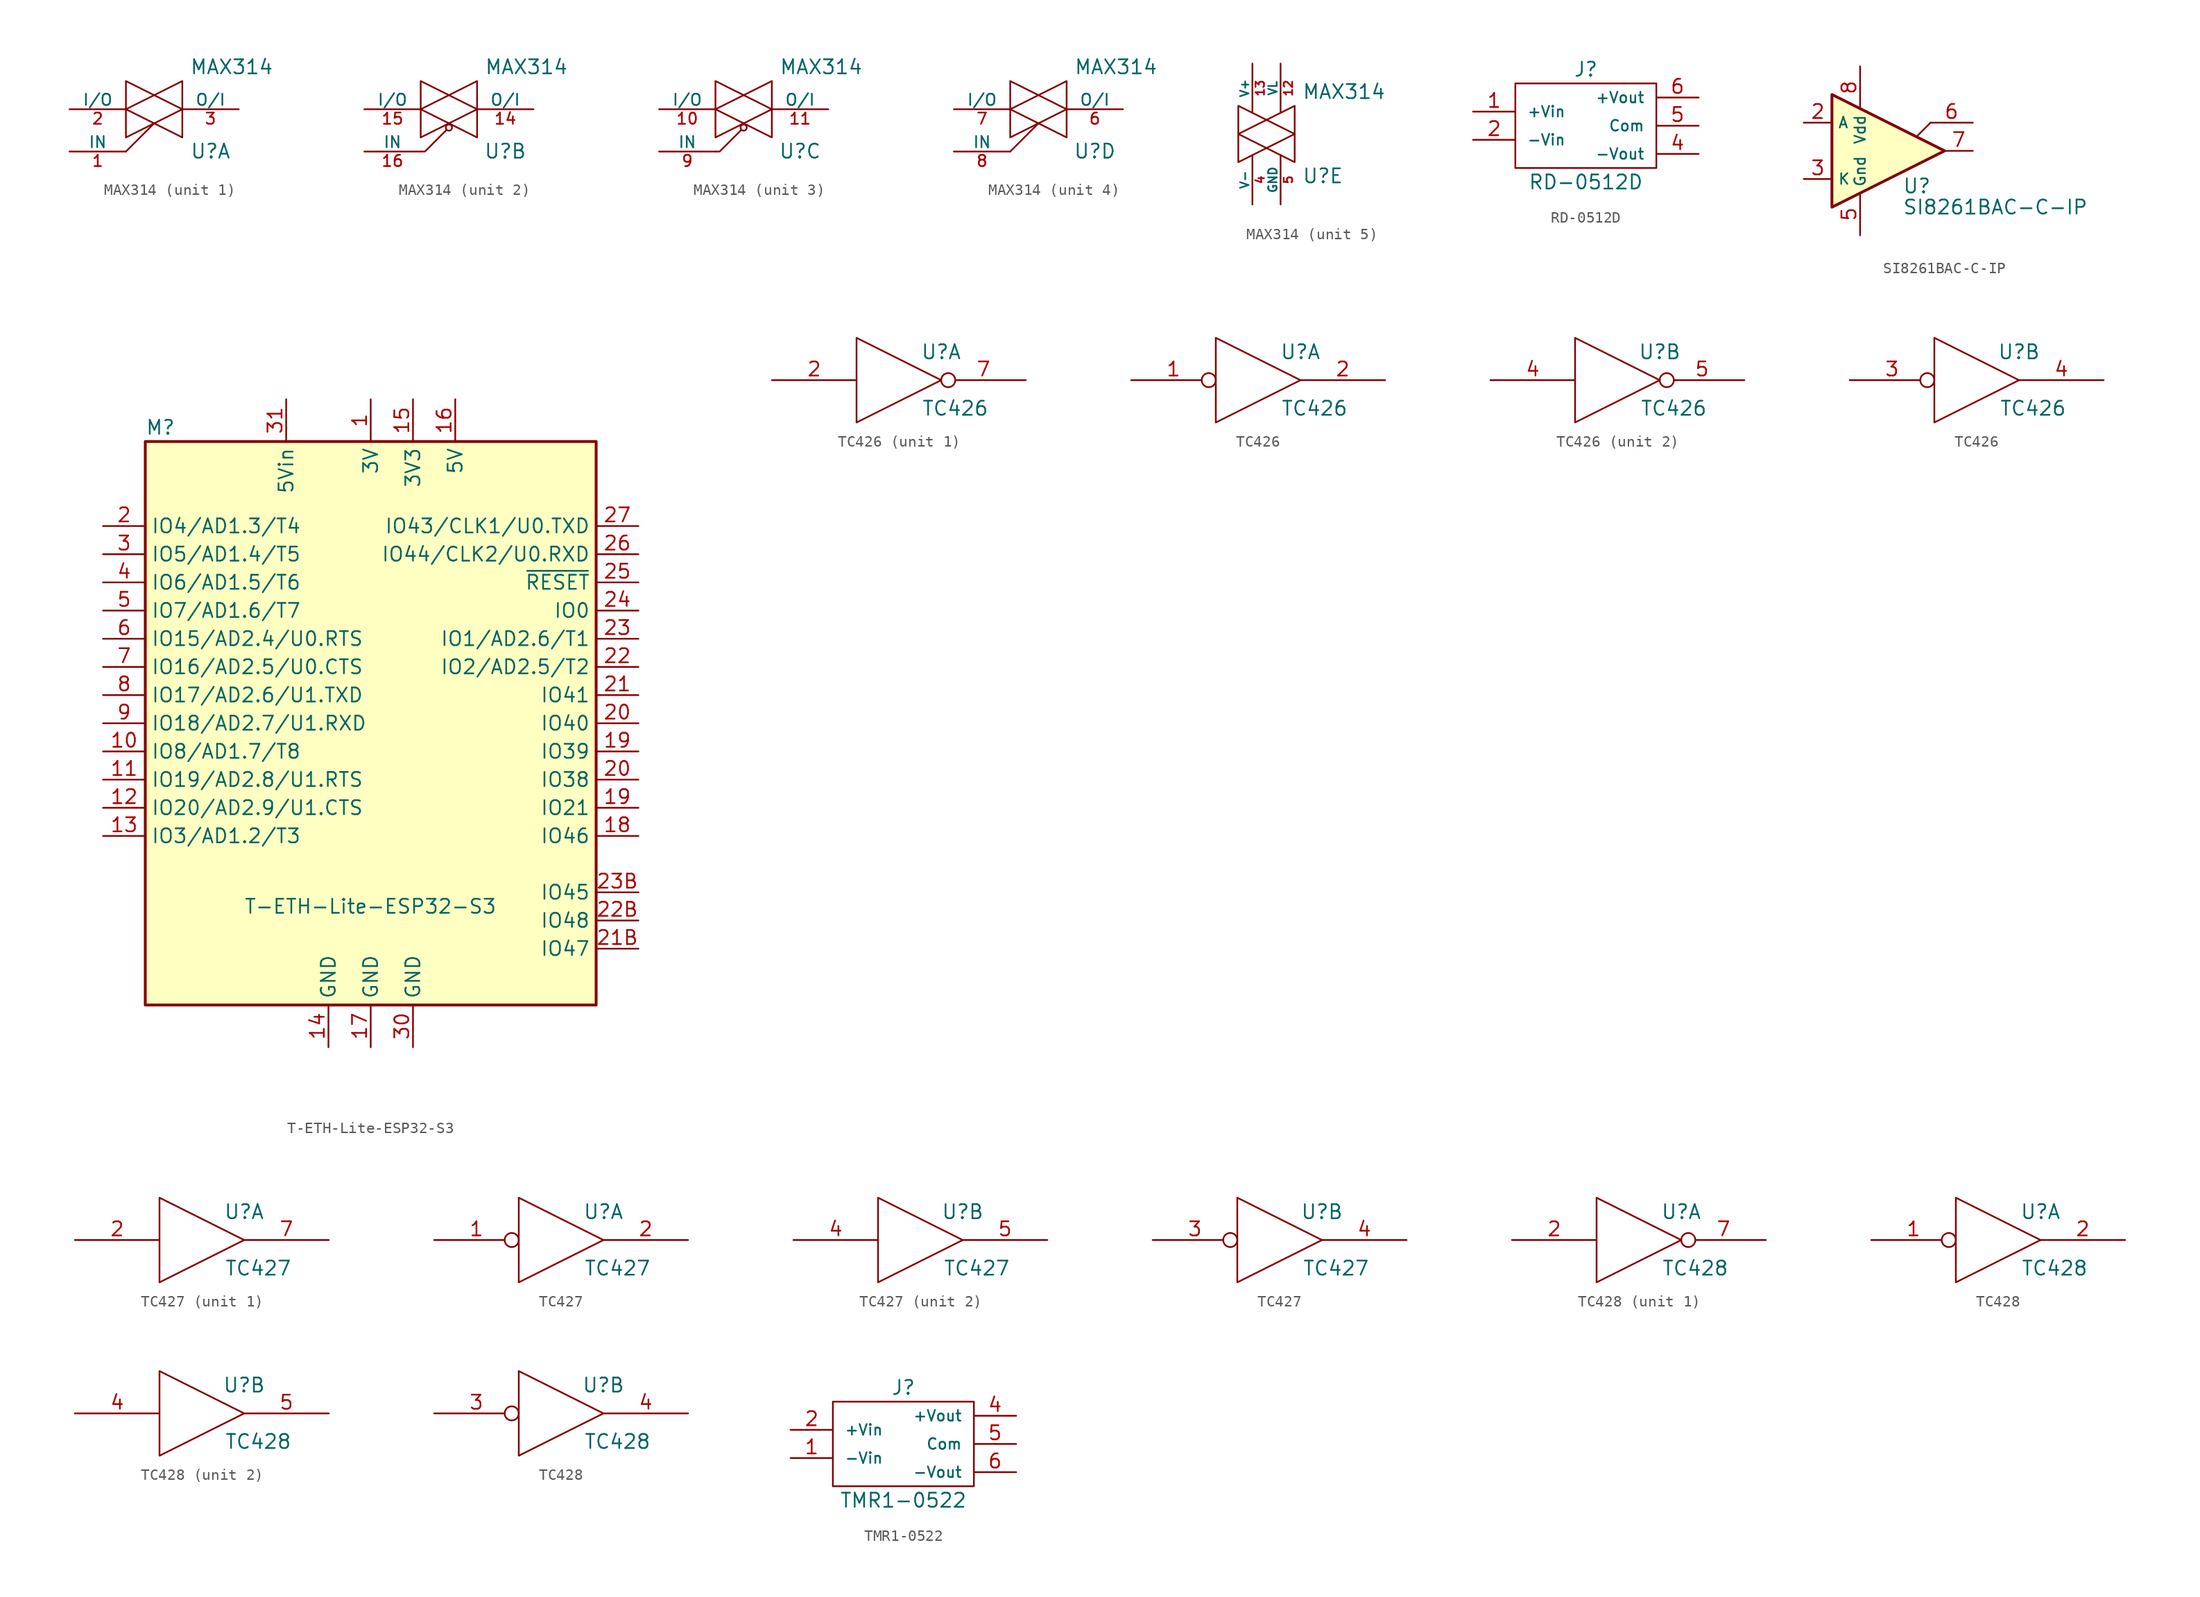
<source format=kicad_sym>
(kicad_symbol_lib
  (version 20211014)
  (generator kicad_symbol_editor)
  (symbol "MAX314"
    (pin_names
      (offset 0))
    (property "Reference" "U"
      (at 5.08 -3.785 0)
      (effects (font (size 1.27 1.27))))
    (property "Value" "MAX314"
      (at 6.985 3.81 0)
      (effects (font (size 1.27 1.27))))
    (property "ki_locked" ""
      (at 0 0 0)
      (effects (font (size 1.27 1.27))))
    (symbol "MAX314_0_1"
      (polyline (pts (xy -2.54 0) (xy 2.54 2.54) (xy 2.54 -2.54) (xy -2.54 0)) (stroke (width 0) (type default) (color 0 0 0 0)) (fill (type none)))
      (polyline (pts (xy -2.54 2.54) (xy 2.54 0) (xy -2.54 -2.54) (xy -2.54 2.54)) (stroke (width 0) (type default) (color 0 0 0 0)) (fill (type none))))
    (symbol "MAX314_1_1"
      (polyline (pts (xy -2.54 -3.81) (xy 0 -1.27)) (stroke (width 0) (type default) (color 0 0 0 0)) (fill (type none)))
      (pin input line (at -7.62 -3.81 0) (length 5.08) (name "IN" (effects (font (size 1.016 1.016)))) (number "1" (effects (font (size 1.016 1.016)))))
      (pin passive line (at -7.62 0 0) (length 5.08) (name "I/O" (effects (font (size 1.016 1.016)))) (number "2" (effects (font (size 1.016 1.016)))))
      (pin passive line (at 7.62 0 180) (length 5.08) (name "O/I" (effects (font (size 1.016 1.016)))) (number "3" (effects (font (size 1.016 1.016))))))
    (symbol "MAX314_2_1"
      (circle (center 0 -1.651) (radius 0.279) (stroke (width 0) (type default) (color 0 0 0 0)) (fill (type none)))
      (polyline (pts (xy -0.254 -1.905) (xy -2.159 -3.81) (xy -2.54 -3.81)) (stroke (width 0) (type default) (color 0 0 0 0)) (fill (type none)))
      (pin passive line (at 7.62 0 180) (length 5.08) (name "O/I" (effects (font (size 1.016 1.016)))) (number "14" (effects (font (size 1.016 1.016)))))
      (pin passive line (at -7.62 0 0) (length 5.08) (name "I/O" (effects (font (size 1.016 1.016)))) (number "15" (effects (font (size 1.016 1.016)))))
      (pin input line (at -7.62 -3.81 0) (length 5.08) (name "IN" (effects (font (size 1.016 1.016)))) (number "16" (effects (font (size 1.016 1.016))))))
    (symbol "MAX314_3_1"
      (circle (center 0 -1.651) (radius 0.279) (stroke (width 0) (type default) (color 0 0 0 0)) (fill (type none)))
      (polyline (pts (xy -0.254 -1.905) (xy -2.159 -3.81) (xy -2.54 -3.81)) (stroke (width 0) (type default) (color 0 0 0 0)) (fill (type none)))
      (pin passive line (at -7.62 0 0) (length 5.08) (name "I/O" (effects (font (size 1.016 1.016)))) (number "10" (effects (font (size 1.016 1.016)))))
      (pin passive line (at 7.62 0 180) (length 5.08) (name "O/I" (effects (font (size 1.016 1.016)))) (number "11" (effects (font (size 1.016 1.016)))))
      (pin input line (at -7.62 -3.81 0) (length 5.08) (name "IN" (effects (font (size 1.016 1.016)))) (number "9" (effects (font (size 1.016 1.016))))))
    (symbol "MAX314_4_1"
      (polyline (pts (xy -2.54 -3.81) (xy 0 -1.27)) (stroke (width 0) (type default) (color 0 0 0 0)) (fill (type none)))
      (pin passive line (at 7.62 0 180) (length 5.08) (name "O/I" (effects (font (size 1.016 1.016)))) (number "6" (effects (font (size 1.016 1.016)))))
      (pin passive line (at -7.62 0 0) (length 5.08) (name "I/O" (effects (font (size 1.016 1.016)))) (number "7" (effects (font (size 1.016 1.016)))))
      (pin input line (at -7.62 -3.81 0) (length 5.08) (name "IN" (effects (font (size 1.016 1.016)))) (number "8" (effects (font (size 1.016 1.016))))))
    (symbol "MAX314_5_1"
      (pin power_in line (at 1.27 6.35 270) (length 4.445) (name "VL" (effects (font (size 0.762 0.762)))) (number "12" (effects (font (size 0.762 0.762)))))
      (pin power_in line (at -1.27 6.35 270) (length 4.445) (name "V+" (effects (font (size 0.762 0.762)))) (number "13" (effects (font (size 0.762 0.762)))))
      (pin power_in line (at -1.27 -6.35 90) (length 4.445) (name "V-" (effects (font (size 0.762 0.762)))) (number "4" (effects (font (size 0.762 0.762)))))
      (pin power_in line (at 1.27 -6.35 90) (length 4.445) (name "GND" (effects (font (size 0.762 0.762)))) (number "5" (effects (font (size 0.762 0.762)))))))
  (symbol "RD-0512D"
    (pin_names
      (offset 1.016))
    (property "Reference" "J"
      (at 0 5.08 0)
      (effects (font (size 1.27 1.27))))
    (property "Value" "RD-0512D"
      (at 0 -5.08 0)
      (effects (font (size 1.27 1.27))))
    (symbol "RD-0512D_0_1"
      (rectangle (start 6.35 3.81) (end -6.35 -3.81) (stroke (width 0) (type default) (color 0 0 0 0)) (fill (type none))))
    (symbol "RD-0512D_1_1"
      (pin passive line (at -10.16 1.27 0) (length 3.81) (name "+Vin" (effects (font (size 0.965 0.965)))) (number "1" (effects (font (size 1.27 1.27)))))
      (pin passive line (at -10.16 -1.27 0) (length 3.81) (name "-Vin" (effects (font (size 0.965 0.965)))) (number "2" (effects (font (size 1.27 1.27)))))
      (pin power_out line (at 10.16 -2.54 180) (length 3.81) (name "-Vout" (effects (font (size 0.965 0.965)))) (number "4" (effects (font (size 1.27 1.27)))))
      (pin power_out line (at 10.16 0 180) (length 3.81) (name "Com" (effects (font (size 0.965 0.965)))) (number "5" (effects (font (size 1.27 1.27)))))
      (pin power_out line (at 10.16 2.54 180) (length 3.81) (name "+Vout" (effects (font (size 0.965 0.965)))) (number "6" (effects (font (size 1.27 1.27)))))))
  (symbol "SI8261BAC-C-IP"
    (property "Reference" "U"
      (at 1.27 -3.175 0)
      (effects (font (size 1.27 1.27)) (justify left)))
    (property "Value" "SI8261BAC-C-IP"
      (at 1.27 -5.08 0)
      (effects (font (size 1.27 1.27)) (justify left)))
    (symbol "SI8261BAC-C-IP_0_1"
      (polyline (pts (xy 2.54 1.27) (xy 3.81 2.54)) (stroke (width 0) (type default) (color 0 0 0 0)) (fill (type none)))
      (polyline (pts (xy 5.08 0) (xy -5.08 5.08) (xy -5.08 -5.08) (xy 5.08 0)) (stroke (width 0.254) (type default) (color 0 0 0 0)) (fill (type background)))
      (pin passive line (at -2.54 -7.62 90) (length 3.81) (name "Gnd" (effects (font (size 0.965 0.965)))) (number "5" (effects (font (size 1.27 1.27)))))
      (pin passive line (at -2.54 7.62 270) (length 3.81) (name "Vdd" (effects (font (size 0.965 0.965)))) (number "8" (effects (font (size 1.27 1.27))))))
    (symbol "SI8261BAC-C-IP_1_1"
      (pin input line (at -7.62 2.54 0) (length 2.54) (name "A" (effects (font (size 0.965 0.965)))) (number "2" (effects (font (size 1.27 1.27)))))
      (pin input line (at -7.62 -2.54 0) (length 2.54) (name "K" (effects (font (size 0.965 0.965)))) (number "3" (effects (font (size 1.27 1.27)))))
      (pin output line (at 7.62 2.54 180) (length 3.835) (name "~" (effects (font (size 1.27 1.27)))) (number "6" (effects (font (size 1.27 1.27)))))
      (pin output line (at 7.62 0 180) (length 2.54) (name "~" (effects (font (size 1.27 1.27)))) (number "7" (effects (font (size 1.27 1.27)))))))
  (symbol "T-ETH-Lite-ESP32-S3"
    (property "Reference" "M"
      (at -20.32 26.67 0)
      (effects (font (size 1.27 1.27)) (justify left)))
    (property "Value" "T-ETH-Lite-ESP32-S3"
      (at -11.43 -16.51 0)
      (effects (font (size 1.27 1.27)) (justify left)))
    (symbol "T-ETH-Lite-ESP32-S3_0_1"
      (rectangle (start -20.32 25.4) (end 20.32 -25.4) (stroke (width 0.254) (type default) (color 0 0 0 0)) (fill (type background))))
    (symbol "T-ETH-Lite-ESP32-S3_1_1"
      (pin power_out line (at 0 29.21 270) (length 3.81) (name "3V" (effects (font (size 1.27 1.27)))) (number "1" (effects (font (size 1.27 1.27)))))
      (pin bidirectional line (at -24.13 -2.54 0) (length 3.81) (name "IO8/AD1.7/T8" (effects (font (size 1.27 1.27)))) (number "10" (effects (font (size 1.27 1.27)))))
      (pin bidirectional line (at -24.13 -5.08 0) (length 3.81) (name "IO19/AD2.8/U1.RTS" (effects (font (size 1.27 1.27)))) (number "11" (effects (font (size 1.27 1.27)))))
      (pin bidirectional line (at -24.13 -7.62 0) (length 3.81) (name "IO20/AD2.9/U1.CTS" (effects (font (size 1.27 1.27)))) (number "12" (effects (font (size 1.27 1.27)))))
      (pin bidirectional line (at -24.13 -10.16 0) (length 3.81) (name "IO3/AD1.2/T3" (effects (font (size 1.27 1.27)))) (number "13" (effects (font (size 1.27 1.27)))))
      (pin power_in line (at -3.81 -29.21 90) (length 3.81) (name "GND" (effects (font (size 1.27 1.27)))) (number "14" (effects (font (size 1.27 1.27)))))
      (pin power_out line (at 3.81 29.21 270) (length 3.81) (name "3V3" (effects (font (size 1.27 1.27)))) (number "15" (effects (font (size 1.27 1.27)))))
      (pin power_out line (at 7.62 29.21 270) (length 3.81) (name "5V" (effects (font (size 1.27 1.27)))) (number "16" (effects (font (size 1.27 1.27)))))
      (pin power_in line (at 0 -29.21 90) (length 3.81) (name "GND" (effects (font (size 1.27 1.27)))) (number "17" (effects (font (size 1.27 1.27)))))
      (pin bidirectional line (at 24.13 -10.16 180) (length 3.81) (name "IO46" (effects (font (size 1.27 1.27)))) (number "18" (effects (font (size 1.27 1.27)))))
      (pin bidirectional line (at 24.13 -7.62 180) (length 3.81) (name "IO21" (effects (font (size 1.27 1.27)))) (number "19" (effects (font (size 1.27 1.27)))))
      (pin bidirectional line (at 24.13 -2.54 180) (length 3.81) (name "IO39" (effects (font (size 1.27 1.27)))) (number "19" (effects (font (size 1.27 1.27)))))
      (pin bidirectional line (at -24.13 17.78 0) (length 3.81) (name "IO4/AD1.3/T4" (effects (font (size 1.27 1.27)))) (number "2" (effects (font (size 1.27 1.27)))))
      (pin bidirectional line (at 24.13 -5.08 180) (length 3.81) (name "IO38" (effects (font (size 1.27 1.27)))) (number "20" (effects (font (size 1.27 1.27)))))
      (pin bidirectional line (at 24.13 0 180) (length 3.81) (name "IO40" (effects (font (size 1.27 1.27)))) (number "20" (effects (font (size 1.27 1.27)))))
      (pin bidirectional line (at 24.13 2.54 180) (length 3.81) (name "IO41" (effects (font (size 1.27 1.27)))) (number "21" (effects (font (size 1.27 1.27)))))
      (pin bidirectional line (at 24.13 -20.32 180) (length 3.81) (name "IO47" (effects (font (size 1.27 1.27)))) (number "21B" (effects (font (size 1.27 1.27)))))
      (pin input line (at 24.13 5.08 180) (length 3.81) (name "IO2/AD2.5/T2" (effects (font (size 1.27 1.27)))) (number "22" (effects (font (size 1.27 1.27)))))
      (pin bidirectional line (at 24.13 -17.78 180) (length 3.81) (name "IO48" (effects (font (size 1.27 1.27)))) (number "22B" (effects (font (size 1.27 1.27)))))
      (pin input line (at 24.13 7.62 180) (length 3.81) (name "IO1/AD2.6/T1" (effects (font (size 1.27 1.27)))) (number "23" (effects (font (size 1.27 1.27)))))
      (pin bidirectional line (at 24.13 -15.24 180) (length 3.81) (name "IO45" (effects (font (size 1.27 1.27)))) (number "23B" (effects (font (size 1.27 1.27)))))
      (pin bidirectional line (at 24.13 10.16 180) (length 3.81) (name "IO0" (effects (font (size 1.27 1.27)))) (number "24" (effects (font (size 1.27 1.27)))))
      (pin input line (at 24.13 12.7 180) (length 3.81) (name "~{RESET}" (effects (font (size 1.27 1.27)))) (number "25" (effects (font (size 1.27 1.27)))))
      (pin bidirectional line (at 24.13 15.24 180) (length 3.81) (name "IO44/CLK2/U0.RXD" (effects (font (size 1.27 1.27)))) (number "26" (effects (font (size 1.27 1.27)))))
      (pin bidirectional line (at 24.13 17.78 180) (length 3.81) (name "IO43/CLK1/U0.TXD" (effects (font (size 1.27 1.27)))) (number "27" (effects (font (size 1.27 1.27)))))
      (pin bidirectional line (at -24.13 15.24 0) (length 3.81) (name "IO5/AD1.4/T5" (effects (font (size 1.27 1.27)))) (number "3" (effects (font (size 1.27 1.27)))))
      (pin power_in line (at 3.81 -29.21 90) (length 3.81) (name "GND" (effects (font (size 1.27 1.27)))) (number "30" (effects (font (size 1.27 1.27)))))
      (pin power_in line (at -7.62 29.21 270) (length 3.81) (name "5Vin" (effects (font (size 1.27 1.27)))) (number "31" (effects (font (size 1.27 1.27)))))
      (pin bidirectional line (at -24.13 12.7 0) (length 3.81) (name "IO6/AD1.5/T6" (effects (font (size 1.27 1.27)))) (number "4" (effects (font (size 1.27 1.27)))))
      (pin bidirectional line (at -24.13 10.16 0) (length 3.81) (name "IO7/AD1.6/T7" (effects (font (size 1.27 1.27)))) (number "5" (effects (font (size 1.27 1.27)))))
      (pin bidirectional line (at -24.13 7.62 0) (length 3.81) (name "IO15/AD2.4/U0.RTS" (effects (font (size 1.27 1.27)))) (number "6" (effects (font (size 1.27 1.27)))))
      (pin bidirectional line (at -24.13 5.08 0) (length 3.81) (name "IO16/AD2.5/U0.CTS" (effects (font (size 1.27 1.27)))) (number "7" (effects (font (size 1.27 1.27)))))
      (pin bidirectional line (at -24.13 2.54 0) (length 3.81) (name "IO17/AD2.6/U1.TXD" (effects (font (size 1.27 1.27)))) (number "8" (effects (font (size 1.27 1.27)))))
      (pin bidirectional line (at -24.13 0 0) (length 3.81) (name "IO18/AD2.7/U1.RXD" (effects (font (size 1.27 1.27)))) (number "9" (effects (font (size 1.27 1.27)))))))
  (symbol "TC426"
    (pin_names
      (offset 0.762))
    (property "Reference" "U"
      (at 3.81 2.54 0)
      (effects (font (size 1.27 1.27))))
    (property "Value" "TC426"
      (at 5.08 -2.54 0)
      (effects (font (size 1.27 1.27))))
    (symbol "TC426_0_0"
      (polyline (pts (xy -3.81 3.81) (xy -3.81 -3.81) (xy 3.81 0) (xy -3.81 3.81)) (stroke (width 0) (type default) (color 0 0 0 0)) (fill (type none)))
      (pin power_in line (at -1.27 -2.54 90) (length 0) hide (name "GND" (effects (font (size 0.508 0.508)))) (number "3" (effects (font (size 0.762 0.762)))))
      (pin power_in line (at -1.27 2.54 270) (length 0) hide (name "VDD" (effects (font (size 0.508 0.508)))) (number "6" (effects (font (size 0.762 0.762))))))
    (symbol "TC426_1_1"
      (pin input line (at -11.43 0 0) (length 7.62) (name "~" (effects (font (size 1.27 1.27)))) (number "2" (effects (font (size 1.27 1.27)))))
      (pin output inverted (at 11.43 0 180) (length 7.62) (name "~" (effects (font (size 1.27 1.27)))) (number "7" (effects (font (size 1.27 1.27))))))
    (symbol "TC426_1_2"
      (pin input inverted (at -11.43 0 0) (length 7.62) (name "~" (effects (font (size 1.27 1.27)))) (number "1" (effects (font (size 1.27 1.27)))))
      (pin output line (at 11.43 0 180) (length 7.62) (name "~" (effects (font (size 1.27 1.27)))) (number "2" (effects (font (size 1.27 1.27))))))
    (symbol "TC426_2_1"
      (pin input line (at -11.43 0 0) (length 7.62) (name "~" (effects (font (size 1.27 1.27)))) (number "4" (effects (font (size 1.27 1.27)))))
      (pin output inverted (at 11.43 0 180) (length 7.62) (name "~" (effects (font (size 1.27 1.27)))) (number "5" (effects (font (size 1.27 1.27))))))
    (symbol "TC426_2_2"
      (pin input inverted (at -11.43 0 0) (length 7.62) (name "~" (effects (font (size 1.27 1.27)))) (number "3" (effects (font (size 1.27 1.27)))))
      (pin output line (at 11.43 0 180) (length 7.62) (name "~" (effects (font (size 1.27 1.27)))) (number "4" (effects (font (size 1.27 1.27)))))))
  (symbol "TC427"
    (pin_names
      (offset 0.762))
    (property "Reference" "U"
      (at 3.81 2.54 0)
      (effects (font (size 1.27 1.27))))
    (property "Value" "TC427"
      (at 5.08 -2.54 0)
      (effects (font (size 1.27 1.27))))
    (symbol "TC427_0_0"
      (polyline (pts (xy -3.81 3.81) (xy -3.81 -3.81) (xy 3.81 0) (xy -3.81 3.81)) (stroke (width 0) (type default) (color 0 0 0 0)) (fill (type none)))
      (pin power_in line (at -1.27 -2.54 90) (length 0) hide (name "GND" (effects (font (size 0.508 0.508)))) (number "3" (effects (font (size 0.762 0.762)))))
      (pin power_in line (at -1.27 2.54 270) (length 0) hide (name "VDD" (effects (font (size 0.508 0.508)))) (number "6" (effects (font (size 0.762 0.762))))))
    (symbol "TC427_1_1"
      (pin input line (at -11.43 0 0) (length 7.62) (name "~" (effects (font (size 1.27 1.27)))) (number "2" (effects (font (size 1.27 1.27)))))
      (pin output line (at 11.43 0 180) (length 7.62) (name "~" (effects (font (size 1.27 1.27)))) (number "7" (effects (font (size 1.27 1.27))))))
    (symbol "TC427_1_2"
      (pin input inverted (at -11.43 0 0) (length 7.62) (name "~" (effects (font (size 1.27 1.27)))) (number "1" (effects (font (size 1.27 1.27)))))
      (pin output line (at 11.43 0 180) (length 7.62) (name "~" (effects (font (size 1.27 1.27)))) (number "2" (effects (font (size 1.27 1.27))))))
    (symbol "TC427_2_1"
      (pin input line (at -11.43 0 0) (length 7.62) (name "~" (effects (font (size 1.27 1.27)))) (number "4" (effects (font (size 1.27 1.27)))))
      (pin output line (at 11.43 0 180) (length 7.62) (name "~" (effects (font (size 1.27 1.27)))) (number "5" (effects (font (size 1.27 1.27))))))
    (symbol "TC427_2_2"
      (pin input inverted (at -11.43 0 0) (length 7.62) (name "~" (effects (font (size 1.27 1.27)))) (number "3" (effects (font (size 1.27 1.27)))))
      (pin output line (at 11.43 0 180) (length 7.62) (name "~" (effects (font (size 1.27 1.27)))) (number "4" (effects (font (size 1.27 1.27)))))))
  (symbol "TC428"
    (pin_names
      (offset 0.762))
    (property "Reference" "U"
      (at 3.81 2.54 0)
      (effects (font (size 1.27 1.27))))
    (property "Value" "TC428"
      (at 5.08 -2.54 0)
      (effects (font (size 1.27 1.27))))
    (property "ki_locked" ""
      (at 0 0 0)
      (effects (font (size 1.27 1.27))))
    (symbol "TC428_0_0"
      (polyline (pts (xy -3.81 3.81) (xy -3.81 -3.81) (xy 3.81 0) (xy -3.81 3.81)) (stroke (width 0) (type default) (color 0 0 0 0)) (fill (type none)))
      (pin power_in line (at -1.27 -2.54 90) (length 0) hide (name "GND" (effects (font (size 0.508 0.508)))) (number "3" (effects (font (size 0.762 0.762)))))
      (pin power_in line (at -1.27 2.54 270) (length 0) hide (name "VDD" (effects (font (size 0.508 0.508)))) (number "6" (effects (font (size 0.762 0.762))))))
    (symbol "TC428_1_1"
      (pin input line (at -11.43 0 0) (length 7.62) (name "~" (effects (font (size 1.27 1.27)))) (number "2" (effects (font (size 1.27 1.27)))))
      (pin output inverted (at 11.43 0 180) (length 7.62) (name "~" (effects (font (size 1.27 1.27)))) (number "7" (effects (font (size 1.27 1.27))))))
    (symbol "TC428_1_2"
      (pin input inverted (at -11.43 0 0) (length 7.62) (name "~" (effects (font (size 1.27 1.27)))) (number "1" (effects (font (size 1.27 1.27)))))
      (pin output line (at 11.43 0 180) (length 7.62) (name "~" (effects (font (size 1.27 1.27)))) (number "2" (effects (font (size 1.27 1.27))))))
    (symbol "TC428_2_1"
      (pin input line (at -11.43 0 0) (length 7.62) (name "~" (effects (font (size 1.27 1.27)))) (number "4" (effects (font (size 1.27 1.27)))))
      (pin output line (at 11.43 0 180) (length 7.62) (name "~" (effects (font (size 1.27 1.27)))) (number "5" (effects (font (size 1.27 1.27))))))
    (symbol "TC428_2_2"
      (pin input inverted (at -11.43 0 0) (length 7.62) (name "~" (effects (font (size 1.27 1.27)))) (number "3" (effects (font (size 1.27 1.27)))))
      (pin output line (at 11.43 0 180) (length 7.62) (name "~" (effects (font (size 1.27 1.27)))) (number "4" (effects (font (size 1.27 1.27)))))))
  (symbol "TMR1-0522"
    (pin_names
      (offset 1.016))
    (property "Reference" "J"
      (at 0 5.08 0)
      (effects (font (size 1.27 1.27))))
    (property "Value" "TMR1-0522"
      (at 0 -5.08 0)
      (effects (font (size 1.27 1.27))))
    (symbol "TMR1-0522_0_1"
      (rectangle (start 6.35 3.81) (end -6.35 -3.81) (stroke (width 0) (type default) (color 0 0 0 0)) (fill (type none))))
    (symbol "TMR1-0522_1_1"
      (pin passive line (at -10.16 -1.27 0) (length 3.81) (name "-Vin" (effects (font (size 0.965 0.965)))) (number "1" (effects (font (size 1.27 1.27)))))
      (pin passive line (at -10.16 1.27 0) (length 3.81) (name "+Vin" (effects (font (size 0.965 0.965)))) (number "2" (effects (font (size 1.27 1.27)))))
      (pin power_out line (at 10.16 2.54 180) (length 3.81) (name "+Vout" (effects (font (size 0.965 0.965)))) (number "4" (effects (font (size 1.27 1.27)))))
      (pin power_out line (at 10.16 0 180) (length 3.81) (name "Com" (effects (font (size 0.965 0.965)))) (number "5" (effects (font (size 1.27 1.27)))))
      (pin power_out line (at 10.16 -2.54 180) (length 3.81) (name "-Vout" (effects (font (size 0.965 0.965)))) (number "6" (effects (font (size 1.27 1.27))))))))
</source>
